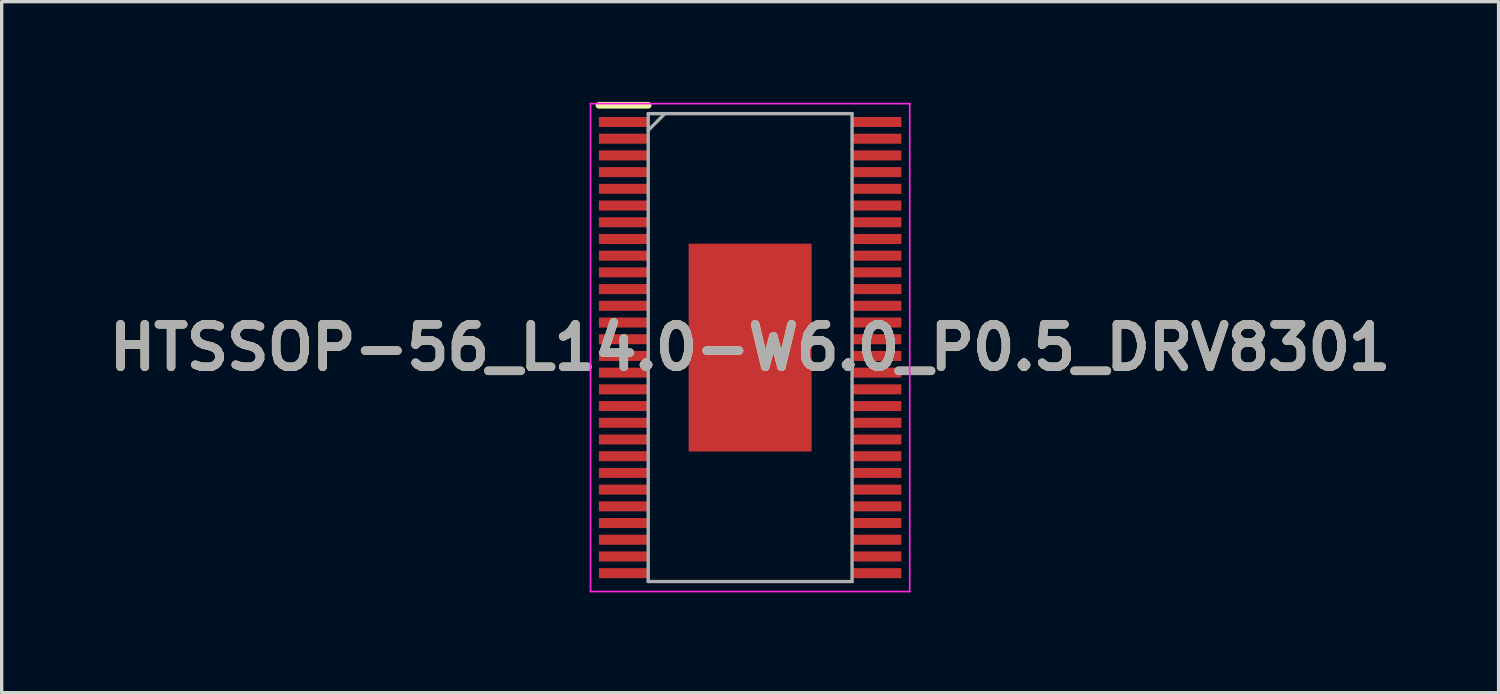
<source format=kicad_pcb>
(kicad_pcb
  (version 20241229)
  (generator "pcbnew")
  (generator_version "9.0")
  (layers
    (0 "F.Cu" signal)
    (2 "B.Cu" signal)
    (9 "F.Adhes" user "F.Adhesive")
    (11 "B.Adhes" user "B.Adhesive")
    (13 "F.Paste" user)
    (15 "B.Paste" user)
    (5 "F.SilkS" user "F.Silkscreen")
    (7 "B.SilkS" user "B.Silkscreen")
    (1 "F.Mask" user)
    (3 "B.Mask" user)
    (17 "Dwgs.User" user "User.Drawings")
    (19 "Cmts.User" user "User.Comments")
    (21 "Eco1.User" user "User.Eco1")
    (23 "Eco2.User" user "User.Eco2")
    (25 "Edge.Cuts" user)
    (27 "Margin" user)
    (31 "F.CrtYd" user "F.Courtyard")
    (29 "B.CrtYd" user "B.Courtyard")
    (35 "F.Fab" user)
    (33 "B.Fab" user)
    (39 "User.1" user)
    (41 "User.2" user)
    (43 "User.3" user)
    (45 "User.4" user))
  (footprint "HTSSOP-56_L14.0-W6.0_P0.5_DRV8301"
    (layer "F.Cu")
    (at 19.395 7.35)
    (property "Reference" "HTSSOP-56_L14.0-W6.0_P0.5_DRV8301" (at 0 0 0) (layer "F.SilkS") (effects (font (size 1.27 1.27) (thickness 0.254))))
    (attr smd)
    (fp_line (start -4.525 -7.25) (end -3.05 -7.25) (stroke (width 0.2) (type solid)) (layer "F.SilkS"))
    (fp_line (start -4.775 -7.3) (end 4.775 -7.3) (stroke (width 0.05) (type solid)) (layer "F.CrtYd"))
    (fp_line (start -4.775 7.3) (end -4.775 -7.3) (stroke (width 0.05) (type solid)) (layer "F.CrtYd"))
    (fp_line (start 4.775 -7.3) (end 4.775 7.3) (stroke (width 0.05) (type solid)) (layer "F.CrtYd"))
    (fp_line (start 4.775 7.3) (end -4.775 7.3) (stroke (width 0.05) (type solid)) (layer "F.CrtYd"))
    (fp_line (start -3.05 -7) (end 3.05 -7) (stroke (width 0.1) (type solid)) (layer "F.Fab"))
    (fp_line (start -3.05 -6.5) (end -2.55 -7) (stroke (width 0.1) (type solid)) (layer "F.Fab"))
    (fp_line (start -3.05 7) (end -3.05 -7) (stroke (width 0.1) (type solid)) (layer "F.Fab"))
    (fp_line (start 3.05 -7) (end 3.05 7) (stroke (width 0.1) (type solid)) (layer "F.Fab"))
    (fp_line (start 3.05 7) (end -3.05 7) (stroke (width 0.1) (type solid)) (layer "F.Fab"))
    (fp_text user "${REFERENCE}" (at 0 0 0) (layer "F.Fab") (effects (font (size 1.27 1.27) (thickness 0.254))))
    (pad "1" smd rect (at -3.788 -6.75 90) (size 0.3 1.475) (layers "F.Cu" "F.Mask" "F.Paste"))
    (pad "2" smd rect (at -3.788 -6.25 90) (size 0.3 1.475) (layers "F.Cu" "F.Mask" "F.Paste"))
    (pad "3" smd rect (at -3.788 -5.75 90) (size 0.3 1.475) (layers "F.Cu" "F.Mask" "F.Paste"))
    (pad "4" smd rect (at -3.788 -5.25 90) (size 0.3 1.475) (layers "F.Cu" "F.Mask" "F.Paste"))
    (pad "5" smd rect (at -3.788 -4.75 90) (size 0.3 1.475) (layers "F.Cu" "F.Mask" "F.Paste"))
    (pad "6" smd rect (at -3.788 -4.25 90) (size 0.3 1.475) (layers "F.Cu" "F.Mask" "F.Paste"))
    (pad "7" smd rect (at -3.788 -3.75 90) (size 0.3 1.475) (layers "F.Cu" "F.Mask" "F.Paste"))
    (pad "8" smd rect (at -3.788 -3.25 90) (size 0.3 1.475) (layers "F.Cu" "F.Mask" "F.Paste"))
    (pad "9" smd rect (at -3.788 -2.75 90) (size 0.3 1.475) (layers "F.Cu" "F.Mask" "F.Paste"))
    (pad "10" smd rect (at -3.788 -2.25 90) (size 0.3 1.475) (layers "F.Cu" "F.Mask" "F.Paste"))
    (pad "11" smd rect (at -3.788 -1.75 90) (size 0.3 1.475) (layers "F.Cu" "F.Mask" "F.Paste"))
    (pad "12" smd rect (at -3.788 -1.25 90) (size 0.3 1.475) (layers "F.Cu" "F.Mask" "F.Paste"))
    (pad "13" smd rect (at -3.788 -0.75 90) (size 0.3 1.475) (layers "F.Cu" "F.Mask" "F.Paste"))
    (pad "14" smd rect (at -3.788 -0.25 90) (size 0.3 1.475) (layers "F.Cu" "F.Mask" "F.Paste"))
    (pad "15" smd rect (at -3.788 0.25 90) (size 0.3 1.475) (layers "F.Cu" "F.Mask" "F.Paste"))
    (pad "16" smd rect (at -3.788 0.75 90) (size 0.3 1.475) (layers "F.Cu" "F.Mask" "F.Paste"))
    (pad "17" smd rect (at -3.788 1.25 90) (size 0.3 1.475) (layers "F.Cu" "F.Mask" "F.Paste"))
    (pad "18" smd rect (at -3.788 1.75 90) (size 0.3 1.475) (layers "F.Cu" "F.Mask" "F.Paste"))
    (pad "19" smd rect (at -3.788 2.25 90) (size 0.3 1.475) (layers "F.Cu" "F.Mask" "F.Paste"))
    (pad "20" smd rect (at -3.788 2.75 90) (size 0.3 1.475) (layers "F.Cu" "F.Mask" "F.Paste"))
    (pad "21" smd rect (at -3.788 3.25 90) (size 0.3 1.475) (layers "F.Cu" "F.Mask" "F.Paste"))
    (pad "22" smd rect (at -3.788 3.75 90) (size 0.3 1.475) (layers "F.Cu" "F.Mask" "F.Paste"))
    (pad "23" smd rect (at -3.788 4.25 90) (size 0.3 1.475) (layers "F.Cu" "F.Mask" "F.Paste"))
    (pad "24" smd rect (at -3.788 4.75 90) (size 0.3 1.475) (layers "F.Cu" "F.Mask" "F.Paste"))
    (pad "25" smd rect (at -3.788 5.25 90) (size 0.3 1.475) (layers "F.Cu" "F.Mask" "F.Paste"))
    (pad "26" smd rect (at -3.788 5.75 90) (size 0.3 1.475) (layers "F.Cu" "F.Mask" "F.Paste"))
    (pad "27" smd rect (at -3.788 6.25 90) (size 0.3 1.475) (layers "F.Cu" "F.Mask" "F.Paste"))
    (pad "28" smd rect (at -3.788 6.75 90) (size 0.3 1.475) (layers "F.Cu" "F.Mask" "F.Paste"))
    (pad "29" smd rect (at 3.788 6.75 90) (size 0.3 1.475) (layers "F.Cu" "F.Mask" "F.Paste"))
    (pad "30" smd rect (at 3.788 6.25 90) (size 0.3 1.475) (layers "F.Cu" "F.Mask" "F.Paste"))
    (pad "31" smd rect (at 3.788 5.75 90) (size 0.3 1.475) (layers "F.Cu" "F.Mask" "F.Paste"))
    (pad "32" smd rect (at 3.788 5.25 90) (size 0.3 1.475) (layers "F.Cu" "F.Mask" "F.Paste"))
    (pad "33" smd rect (at 3.788 4.75 90) (size 0.3 1.475) (layers "F.Cu" "F.Mask" "F.Paste"))
    (pad "34" smd rect (at 3.788 4.25 90) (size 0.3 1.475) (layers "F.Cu" "F.Mask" "F.Paste"))
    (pad "35" smd rect (at 3.788 3.75 90) (size 0.3 1.475) (layers "F.Cu" "F.Mask" "F.Paste"))
    (pad "36" smd rect (at 3.788 3.25 90) (size 0.3 1.475) (layers "F.Cu" "F.Mask" "F.Paste"))
    (pad "37" smd rect (at 3.788 2.75 90) (size 0.3 1.475) (layers "F.Cu" "F.Mask" "F.Paste"))
    (pad "38" smd rect (at 3.788 2.25 90) (size 0.3 1.475) (layers "F.Cu" "F.Mask" "F.Paste"))
    (pad "39" smd rect (at 3.788 1.75 90) (size 0.3 1.475) (layers "F.Cu" "F.Mask" "F.Paste"))
    (pad "40" smd rect (at 3.788 1.25 90) (size 0.3 1.475) (layers "F.Cu" "F.Mask" "F.Paste"))
    (pad "41" smd rect (at 3.788 0.75 90) (size 0.3 1.475) (layers "F.Cu" "F.Mask" "F.Paste"))
    (pad "42" smd rect (at 3.788 0.25 90) (size 0.3 1.475) (layers "F.Cu" "F.Mask" "F.Paste"))
    (pad "43" smd rect (at 3.788 -0.25 90) (size 0.3 1.475) (layers "F.Cu" "F.Mask" "F.Paste"))
    (pad "44" smd rect (at 3.788 -0.75 90) (size 0.3 1.475) (layers "F.Cu" "F.Mask" "F.Paste"))
    (pad "45" smd rect (at 3.788 -1.25 90) (size 0.3 1.475) (layers "F.Cu" "F.Mask" "F.Paste"))
    (pad "46" smd rect (at 3.788 -1.75 90) (size 0.3 1.475) (layers "F.Cu" "F.Mask" "F.Paste"))
    (pad "47" smd rect (at 3.788 -2.25 90) (size 0.3 1.475) (layers "F.Cu" "F.Mask" "F.Paste"))
    (pad "48" smd rect (at 3.788 -2.75 90) (size 0.3 1.475) (layers "F.Cu" "F.Mask" "F.Paste"))
    (pad "49" smd rect (at 3.788 -3.25 90) (size 0.3 1.475) (layers "F.Cu" "F.Mask" "F.Paste"))
    (pad "50" smd rect (at 3.788 -3.75 90) (size 0.3 1.475) (layers "F.Cu" "F.Mask" "F.Paste"))
    (pad "51" smd rect (at 3.788 -4.25 90) (size 0.3 1.475) (layers "F.Cu" "F.Mask" "F.Paste"))
    (pad "52" smd rect (at 3.788 -4.75 90) (size 0.3 1.475) (layers "F.Cu" "F.Mask" "F.Paste"))
    (pad "53" smd rect (at 3.788 -5.25 90) (size 0.3 1.475) (layers "F.Cu" "F.Mask" "F.Paste"))
    (pad "54" smd rect (at 3.788 -5.75 90) (size 0.3 1.475) (layers "F.Cu" "F.Mask" "F.Paste"))
    (pad "55" smd rect (at 3.788 -6.25 90) (size 0.3 1.475) (layers "F.Cu" "F.Mask" "F.Paste"))
    (pad "56" smd rect (at 3.788 -6.75 90) (size 0.3 1.475) (layers "F.Cu" "F.Mask" "F.Paste"))
    (pad "57" smd rect (at 0 0) (size 3.68 6.22) (layers "F.Cu" "F.Mask" "F.Paste")))
  (gr_rect
    (start -3 -3)
    (end 41.789 17.675)
    (stroke (width 0.1) (type default))
    (fill no)
    (layer "Edge.Cuts")))
</source>
